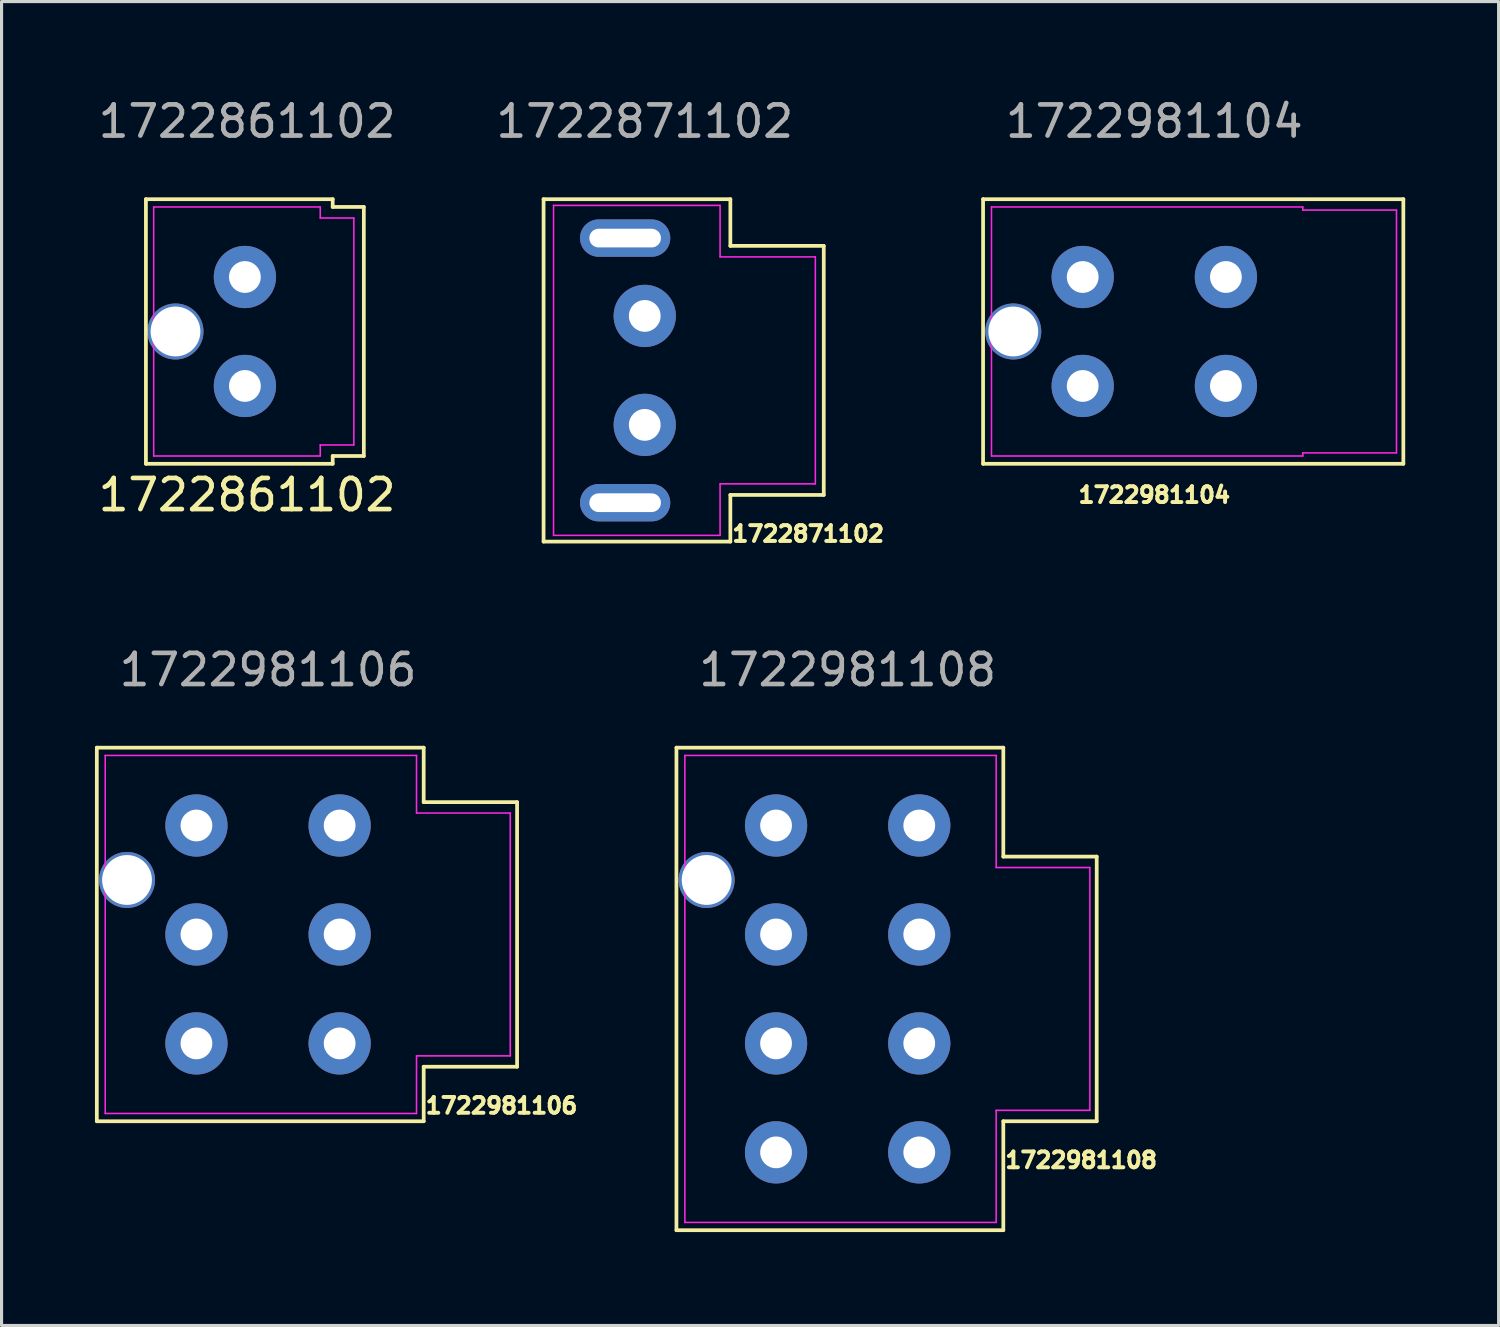
<source format=kicad_pcb>
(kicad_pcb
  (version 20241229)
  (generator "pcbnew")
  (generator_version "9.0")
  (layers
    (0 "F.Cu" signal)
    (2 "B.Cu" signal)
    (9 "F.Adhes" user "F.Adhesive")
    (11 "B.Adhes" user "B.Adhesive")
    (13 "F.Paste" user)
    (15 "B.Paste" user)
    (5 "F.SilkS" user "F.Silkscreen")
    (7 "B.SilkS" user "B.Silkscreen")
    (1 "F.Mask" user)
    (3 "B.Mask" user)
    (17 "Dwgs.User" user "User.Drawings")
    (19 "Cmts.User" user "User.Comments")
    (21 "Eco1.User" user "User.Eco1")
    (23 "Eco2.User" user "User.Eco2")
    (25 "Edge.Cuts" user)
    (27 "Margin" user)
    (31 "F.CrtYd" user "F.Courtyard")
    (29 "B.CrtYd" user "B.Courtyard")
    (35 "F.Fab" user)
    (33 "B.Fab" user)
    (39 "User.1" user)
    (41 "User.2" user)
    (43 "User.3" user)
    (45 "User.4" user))
  (footprint "1722871102"
    (layer "F.Cu")
    (at 17.661 8.848)
    (property "Reference" "1722871102" (at 5.25 5.25 0) (unlocked yes) (layer "F.SilkS") (effects (font (size 0.508 0.508) (thickness 0.127))))
    (fp_line (start -3.25 -5.5) (end 2.75 -5.5) (stroke (width 0.12) (type solid)) (layer "F.SilkS"))
    (fp_line (start -3.25 5.5) (end -3.25 -5.5) (stroke (width 0.12) (type solid)) (layer "F.SilkS"))
    (fp_line (start 2.75 -5.5) (end 2.75 -4) (stroke (width 0.12) (type solid)) (layer "F.SilkS"))
    (fp_line (start 2.75 -4) (end 5.75 -4) (stroke (width 0.12) (type solid)) (layer "F.SilkS"))
    (fp_line (start 2.75 4) (end 2.75 5.5) (stroke (width 0.12) (type solid)) (layer "F.SilkS"))
    (fp_line (start 2.75 5.5) (end -3.25 5.5) (stroke (width 0.12) (type solid)) (layer "F.SilkS"))
    (fp_line (start 5.75 -4) (end 5.75 4) (stroke (width 0.12) (type solid)) (layer "F.SilkS"))
    (fp_line (start 5.75 4) (end 2.75 4) (stroke (width 0.12) (type solid)) (layer "F.SilkS"))
    (fp_line (start -2.93 -5.3) (end -2.93 5.3) (stroke (width 0.05) (type solid)) (layer "F.CrtYd"))
    (fp_line (start -2.93 -5.3) (end 2.42 -5.3) (stroke (width 0.05) (type solid)) (layer "F.CrtYd"))
    (fp_line (start -2.93 5.3) (end 2.42 5.3) (stroke (width 0.05) (type solid)) (layer "F.CrtYd"))
    (fp_line (start 2.42 -5.3) (end 2.42 -3.645) (stroke (width 0.05) (type solid)) (layer "F.CrtYd"))
    (fp_line (start 2.42 -3.645) (end 5.48 -3.645) (stroke (width 0.05) (type solid)) (layer "F.CrtYd"))
    (fp_line (start 2.42 3.645) (end 5.48 3.645) (stroke (width 0.05) (type solid)) (layer "F.CrtYd"))
    (fp_line (start 2.42 5.3) (end 2.42 3.645) (stroke (width 0.05) (type solid)) (layer "F.CrtYd"))
    (fp_line (start 5.48 -3.645) (end 5.48 3.645) (stroke (width 0.05) (type solid)) (layer "F.CrtYd"))
    (fp_text user "${REFERENCE}" (at 0 -8 0) (unlocked yes) (layer "F.Fab") (effects (font (size 1 1) (thickness 0.15))))
    (pad "1" thru_hole circle (at 0 -1.75) (size 2 2) (drill 1.02) (layers "*.Cu" "*.Mask"))
    (pad "2" thru_hole circle (at 0 1.75) (size 2 2) (drill 1.02) (layers "*.Cu" "*.Mask"))
    (pad "3" thru_hole oval (at -0.63 -4.25) (size 2.9 1.2) (drill oval 2.3 0.6) (layers "*.Cu" "*.Mask"))
    (pad "3" thru_hole oval (at -0.63 4.25) (size 2.9 1.2) (drill oval 2.3 0.6) (layers "*.Cu" "*.Mask")))
  (footprint "1722861102"
    (layer "F.Cu")
    (at 4.887 7.598)
    (property "Reference" "1722861102" (at 0 5.25 0) (unlocked yes) (layer "F.SilkS") (effects (font (size 1 1) (thickness 0.15))))
    (fp_line (start -3.25 -4.25) (end 2.75 -4.25) (stroke (width 0.12) (type solid)) (layer "F.SilkS"))
    (fp_line (start -3.25 4.25) (end -3.25 -4.25) (stroke (width 0.12) (type solid)) (layer "F.SilkS"))
    (fp_line (start 2.75 -4.25) (end 2.75 -4) (stroke (width 0.12) (type solid)) (layer "F.SilkS"))
    (fp_line (start 2.75 -4) (end 3.75 -4) (stroke (width 0.12) (type solid)) (layer "F.SilkS"))
    (fp_line (start 2.75 4) (end 2.75 4.25) (stroke (width 0.12) (type solid)) (layer "F.SilkS"))
    (fp_line (start 2.75 4.25) (end -3.25 4.25) (stroke (width 0.12) (type solid)) (layer "F.SilkS"))
    (fp_line (start 3.75 -4) (end 3.75 4) (stroke (width 0.12) (type solid)) (layer "F.SilkS"))
    (fp_line (start 3.75 4) (end 2.75 4) (stroke (width 0.12) (type solid)) (layer "F.SilkS"))
    (fp_line (start -3 -4) (end -3 4) (stroke (width 0.05) (type solid)) (layer "F.CrtYd"))
    (fp_line (start -3 4) (end 2.35 4) (stroke (width 0.05) (type solid)) (layer "F.CrtYd"))
    (fp_line (start 2.35 -4) (end -3 -4) (stroke (width 0.05) (type solid)) (layer "F.CrtYd"))
    (fp_line (start 2.35 -4) (end 2.35 -3.645) (stroke (width 0.05) (type solid)) (layer "F.CrtYd"))
    (fp_line (start 2.35 4) (end 2.35 3.645) (stroke (width 0.05) (type solid)) (layer "F.CrtYd"))
    (fp_line (start 3.43 -3.645) (end 2.35 -3.645) (stroke (width 0.05) (type solid)) (layer "F.CrtYd"))
    (fp_line (start 3.43 -3.645) (end 3.43 3.645) (stroke (width 0.05) (type solid)) (layer "F.CrtYd"))
    (fp_line (start 3.43 3.645) (end 2.35 3.645) (stroke (width 0.05) (type solid)) (layer "F.CrtYd"))
    (fp_text user "${REFERENCE}" (at 0 -6.75 0) (unlocked yes) (layer "F.Fab") (effects (font (size 1 1) (thickness 0.15))))
    (pad "" np_thru_hole circle (at -2.3 0) (size 1.8 1.8) (drill 1.6) (layers "*.Cu" "*.Mask"))
    (pad "1" thru_hole circle (at -0.07 -1.75) (size 2 2) (drill 1.02) (layers "*.Cu" "*.Mask"))
    (pad "2" thru_hole circle (at -0.07 1.75) (size 2 2) (drill 1.02) (layers "*.Cu" "*.Mask")))
  (footprint "1722981108"
    (layer "F.Cu")
    (at 24.179 28.717)
    (property "Reference" "1722981108" (at 7.5 5.5 0) (unlocked yes) (layer "F.SilkS") (effects (font (size 0.508 0.508) (thickness 0.127))))
    (fp_line (start -5.5 -7.75) (end 5 -7.75) (stroke (width 0.12) (type solid)) (layer "F.SilkS"))
    (fp_line (start -5.5 7.75) (end -5.5 -7.75) (stroke (width 0.12) (type solid)) (layer "F.SilkS"))
    (fp_line (start 5 -7.75) (end 5 -4.25) (stroke (width 0.12) (type solid)) (layer "F.SilkS"))
    (fp_line (start 5 -4.25) (end 8 -4.25) (stroke (width 0.12) (type solid)) (layer "F.SilkS"))
    (fp_line (start 5 4.25) (end 5 7.75) (stroke (width 0.12) (type solid)) (layer "F.SilkS"))
    (fp_line (start 5 7.75) (end -5.5 7.75) (stroke (width 0.12) (type solid)) (layer "F.SilkS"))
    (fp_line (start 8 -4.25) (end 8 4.25) (stroke (width 0.12) (type solid)) (layer "F.SilkS"))
    (fp_line (start 8 4.25) (end 5 4.25) (stroke (width 0.12) (type solid)) (layer "F.SilkS"))
    (fp_line (start -5.23 -7.5) (end -5.23 7.5) (stroke (width 0.05) (type solid)) (layer "F.CrtYd"))
    (fp_line (start -5.23 -7.5) (end 4.77 -7.5) (stroke (width 0.05) (type solid)) (layer "F.CrtYd"))
    (fp_line (start -5.23 7.5) (end 4.77 7.5) (stroke (width 0.05) (type solid)) (layer "F.CrtYd"))
    (fp_line (start 4.77 -3.9) (end 4.77 -7.5) (stroke (width 0.05) (type solid)) (layer "F.CrtYd"))
    (fp_line (start 4.77 3.9) (end 4.77 7.5) (stroke (width 0.05) (type solid)) (layer "F.CrtYd"))
    (fp_line (start 7.78 -3.9) (end 4.77 -3.9) (stroke (width 0.05) (type solid)) (layer "F.CrtYd"))
    (fp_line (start 7.78 -3.9) (end 7.78 3.9) (stroke (width 0.05) (type solid)) (layer "F.CrtYd"))
    (fp_line (start 7.78 3.9) (end 4.77 3.9) (stroke (width 0.05) (type solid)) (layer "F.CrtYd"))
    (fp_text user "${REFERENCE}" (at 0 -10.25 0) (unlocked yes) (layer "F.Fab") (effects (font (size 1 1) (thickness 0.15))))
    (pad "" np_thru_hole circle (at -4.53 -3.5) (size 1.8 1.8) (drill 1.6) (layers "*.Cu" "*.Mask"))
    (pad "1" thru_hole circle (at -2.3 -5.25) (size 2 2) (drill 1.02) (layers "*.Cu" "*.Mask"))
    (pad "2" thru_hole circle (at 2.3 -5.25) (size 2 2) (drill 1.02) (layers "*.Cu" "*.Mask"))
    (pad "3" thru_hole circle (at -2.3 -1.75) (size 2 2) (drill 1.02) (layers "*.Cu" "*.Mask"))
    (pad "4" thru_hole circle (at 2.3 -1.75) (size 2 2) (drill 1.02) (layers "*.Cu" "*.Mask"))
    (pad "5" thru_hole circle (at -2.3 1.75) (size 2 2) (drill 1.02) (layers "*.Cu" "*.Mask"))
    (pad "6" thru_hole circle (at 2.3 1.75) (size 2 2) (drill 1.02) (layers "*.Cu" "*.Mask"))
    (pad "7" thru_hole circle (at -2.3 5.25) (size 2 2) (drill 1.02) (layers "*.Cu" "*.Mask"))
    (pad "8" thru_hole circle (at 2.3 5.25) (size 2 2) (drill 1.02) (layers "*.Cu" "*.Mask")))
  (footprint "1722981104"
    (layer "F.Cu")
    (at 34.029 7.598)
    (property "Reference" "1722981104" (at 0 5.25 0) (unlocked yes) (layer "F.SilkS") (effects (font (size 0.508 0.508) (thickness 0.127))))
    (fp_line (start -5.5 -4.25) (end -5.5 4.25) (stroke (width 0.12) (type solid)) (layer "F.SilkS"))
    (fp_line (start -5.5 4.25) (end 8 4.25) (stroke (width 0.12) (type solid)) (layer "F.SilkS"))
    (fp_line (start 8 -4.25) (end -5.5 -4.25) (stroke (width 0.12) (type solid)) (layer "F.SilkS"))
    (fp_line (start 8 4.25) (end 8 -4.25) (stroke (width 0.12) (type solid)) (layer "F.SilkS"))
    (fp_line (start -5.23 -4) (end -5.23 4) (stroke (width 0.05) (type solid)) (layer "F.CrtYd"))
    (fp_line (start -5.23 -4) (end 4.77 -4) (stroke (width 0.05) (type solid)) (layer "F.CrtYd"))
    (fp_line (start -5.23 4) (end 4.77 4) (stroke (width 0.05) (type solid)) (layer "F.CrtYd"))
    (fp_line (start 4.77 -3.9) (end 4.77 -4) (stroke (width 0.05) (type solid)) (layer "F.CrtYd"))
    (fp_line (start 4.77 3.9) (end 4.77 4) (stroke (width 0.05) (type solid)) (layer "F.CrtYd"))
    (fp_line (start 7.78 -3.9) (end 4.77 -3.9) (stroke (width 0.05) (type solid)) (layer "F.CrtYd"))
    (fp_line (start 7.78 -3.9) (end 7.78 3.9) (stroke (width 0.05) (type solid)) (layer "F.CrtYd"))
    (fp_line (start 7.78 3.9) (end 4.77 3.9) (stroke (width 0.05) (type solid)) (layer "F.CrtYd"))
    (fp_text user "${REFERENCE}" (at 0 -6.75 0) (unlocked yes) (layer "F.Fab") (effects (font (size 1 1) (thickness 0.15))))
    (pad "" np_thru_hole circle (at -4.53 0) (size 1.8 1.8) (drill 1.6) (layers "*.Cu" "*.Mask"))
    (pad "1" thru_hole circle (at -2.3 -1.75) (size 2 2) (drill 1.02) (layers "*.Cu" "*.Mask"))
    (pad "2" thru_hole circle (at 2.3 -1.75) (size 2 2) (drill 1.02) (layers "*.Cu" "*.Mask"))
    (pad "3" thru_hole circle (at -2.3 1.75) (size 2 2) (drill 1.02) (layers "*.Cu" "*.Mask"))
    (pad "4" thru_hole circle (at 2.3 1.75) (size 2 2) (drill 1.02) (layers "*.Cu" "*.Mask")))
  (footprint "1722981106"
    (layer "F.Cu")
    (at 5.56 26.967)
    (property "Reference" "1722981106" (at 7.5 5.5 0) (unlocked yes) (layer "F.SilkS") (effects (font (size 0.508 0.508) (thickness 0.127))))
    (fp_line (start -5.5 -6) (end 5 -6) (stroke (width 0.12) (type solid)) (layer "F.SilkS"))
    (fp_line (start -5.5 6) (end -5.5 -6) (stroke (width 0.12) (type solid)) (layer "F.SilkS"))
    (fp_line (start 5 -6) (end 5 -4.25) (stroke (width 0.12) (type solid)) (layer "F.SilkS"))
    (fp_line (start 5 -4.25) (end 8 -4.25) (stroke (width 0.12) (type solid)) (layer "F.SilkS"))
    (fp_line (start 5 4.25) (end 5 6) (stroke (width 0.12) (type solid)) (layer "F.SilkS"))
    (fp_line (start 5 6) (end -5.5 6) (stroke (width 0.12) (type solid)) (layer "F.SilkS"))
    (fp_line (start 8 -4.25) (end 8 4.25) (stroke (width 0.12) (type solid)) (layer "F.SilkS"))
    (fp_line (start 8 4.25) (end 5 4.25) (stroke (width 0.12) (type solid)) (layer "F.SilkS"))
    (fp_line (start -5.23 -5.75) (end -5.23 5.75) (stroke (width 0.05) (type solid)) (layer "F.CrtYd"))
    (fp_line (start -5.23 -5.75) (end 4.77 -5.75) (stroke (width 0.05) (type solid)) (layer "F.CrtYd"))
    (fp_line (start -5.23 5.75) (end 4.77 5.75) (stroke (width 0.05) (type solid)) (layer "F.CrtYd"))
    (fp_line (start 4.77 -3.9) (end 4.77 -5.75) (stroke (width 0.05) (type solid)) (layer "F.CrtYd"))
    (fp_line (start 4.77 3.9) (end 4.77 5.75) (stroke (width 0.05) (type solid)) (layer "F.CrtYd"))
    (fp_line (start 7.78 -3.9) (end 4.77 -3.9) (stroke (width 0.05) (type solid)) (layer "F.CrtYd"))
    (fp_line (start 7.78 -3.9) (end 7.78 3.9) (stroke (width 0.05) (type solid)) (layer "F.CrtYd"))
    (fp_line (start 7.78 3.9) (end 4.77 3.9) (stroke (width 0.05) (type solid)) (layer "F.CrtYd"))
    (fp_text user "${REFERENCE}" (at 0 -8.5 0) (unlocked yes) (layer "F.Fab") (effects (font (size 1 1) (thickness 0.15))))
    (pad "" np_thru_hole circle (at -4.53 -1.75) (size 1.8 1.8) (drill 1.6) (layers "*.Cu" "*.Mask"))
    (pad "1" thru_hole circle (at -2.3 -3.5) (size 2 2) (drill 1.02) (layers "*.Cu" "*.Mask"))
    (pad "2" thru_hole circle (at 2.3 -3.5) (size 2 2) (drill 1.02) (layers "*.Cu" "*.Mask"))
    (pad "3" thru_hole circle (at -2.3 0) (size 2 2) (drill 1.02) (layers "*.Cu" "*.Mask"))
    (pad "4" thru_hole circle (at 2.3 0) (size 2 2) (drill 1.02) (layers "*.Cu" "*.Mask"))
    (pad "5" thru_hole circle (at -2.3 3.5) (size 2 2) (drill 1.02) (layers "*.Cu" "*.Mask"))
    (pad "6" thru_hole circle (at 2.3 3.5) (size 2 2) (drill 1.02) (layers "*.Cu" "*.Mask")))
  (gr_rect
    (start -3 -3)
    (end 45.089 39.527)
    (stroke (width 0.1) (type default))
    (fill no)
    (layer "Edge.Cuts")))
</source>
